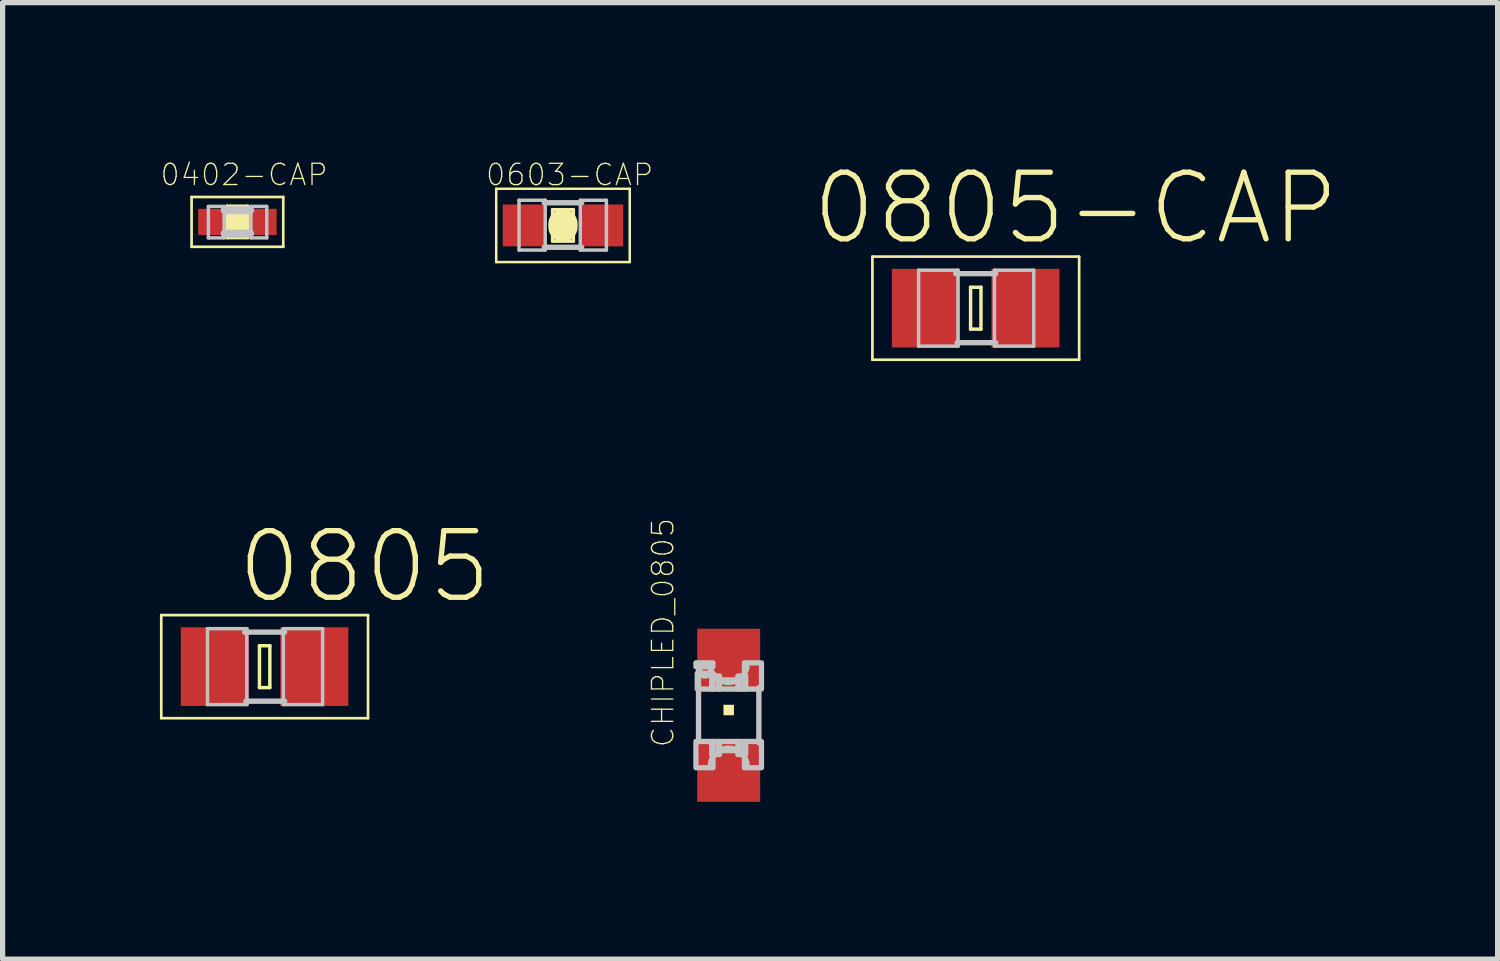
<source format=kicad_pcb>
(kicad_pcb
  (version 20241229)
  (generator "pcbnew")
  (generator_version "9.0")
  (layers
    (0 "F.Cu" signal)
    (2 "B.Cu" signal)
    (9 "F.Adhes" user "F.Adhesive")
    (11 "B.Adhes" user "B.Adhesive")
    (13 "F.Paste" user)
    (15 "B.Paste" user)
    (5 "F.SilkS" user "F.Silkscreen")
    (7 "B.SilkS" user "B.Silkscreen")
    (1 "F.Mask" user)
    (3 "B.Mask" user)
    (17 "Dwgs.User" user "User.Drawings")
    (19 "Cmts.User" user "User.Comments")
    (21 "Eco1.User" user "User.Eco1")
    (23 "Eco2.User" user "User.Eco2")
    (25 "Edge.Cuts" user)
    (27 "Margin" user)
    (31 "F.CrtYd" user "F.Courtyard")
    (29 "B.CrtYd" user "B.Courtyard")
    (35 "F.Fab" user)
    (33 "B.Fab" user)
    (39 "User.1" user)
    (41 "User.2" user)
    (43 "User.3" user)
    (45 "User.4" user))
  (footprint "CHIPLED_0805"
    (layer "F.Cu")
    (at 10.844 10.588)
    (property "Reference" "CHIPLED_0805" (at -1.016 0.635 90) (layer "F.SilkS") (effects (font (size 0.406 0.406) (thickness 0.025)) (justify left bottom)))
    (attr through_hole)
    (fp_poly (pts (xy -0.1 0) (xy 0.1 0) (xy 0.1 -0.2) (xy -0.1 -0.2)) (stroke (width 0) (type solid)) (fill yes) (layer "F.SilkS"))
    (fp_line (start -0.575 0.5) (end -0.575 -0.925) (stroke (width 0.102) (type solid)) (layer "Dwgs.User"))
    (fp_line (start 0.575 -0.525) (end 0.575 0.525) (stroke (width 0.102) (type solid)) (layer "Dwgs.User"))
    (fp_arc (start -0.35 0.925) (mid -0.000001 0.625027) (end 0.35 0.924998) (stroke (width 0.1016) (type solid)) (layer "Dwgs.User"))
    (fp_arc (start 0.35 -0.924998) (mid -0.000001 -0.625027) (end -0.35 -0.925) (stroke (width 0.1016) (type solid)) (layer "Dwgs.User"))
    (fp_circle (center -0.45 -0.85) (end -0.347 -0.85) (stroke (width 0.102) (type solid)) (fill no) (layer "Dwgs.User"))
    (fp_poly (pts (xy -0.625 -0.925) (xy -0.3 -0.925) (xy -0.3 -1) (xy -0.625 -1)) (stroke (width 0.1) (type solid)) (fill no) (layer "Dwgs.User"))
    (fp_poly (pts (xy -0.625 1) (xy -0.3 1) (xy -0.3 0.5) (xy -0.625 0.5)) (stroke (width 0.1) (type solid)) (fill no) (layer "Dwgs.User"))
    (fp_poly (pts (xy -0.6 -0.5) (xy -0.3 -0.5) (xy -0.3 -0.8) (xy -0.6 -0.8)) (stroke (width 0.1) (type solid)) (fill no) (layer "Dwgs.User"))
    (fp_poly (pts (xy -0.325 -0.5) (xy -0.175 -0.5) (xy -0.175 -0.75) (xy -0.325 -0.75)) (stroke (width 0.1) (type solid)) (fill no) (layer "Dwgs.User"))
    (fp_poly (pts (xy -0.325 0.75) (xy -0.175 0.75) (xy -0.175 0.5) (xy -0.325 0.5)) (stroke (width 0.1) (type solid)) (fill no) (layer "Dwgs.User"))
    (fp_poly (pts (xy -0.2 -0.5) (xy 0.2 -0.5) (xy 0.2 -0.675) (xy -0.2 -0.675)) (stroke (width 0.1) (type solid)) (fill no) (layer "Dwgs.User"))
    (fp_poly (pts (xy -0.2 0.675) (xy 0.2 0.675) (xy 0.2 0.5) (xy -0.2 0.5)) (stroke (width 0.1) (type solid)) (fill no) (layer "Dwgs.User"))
    (fp_poly (pts (xy 0.175 -0.5) (xy 0.325 -0.5) (xy 0.325 -0.75) (xy 0.175 -0.75)) (stroke (width 0.1) (type solid)) (fill no) (layer "Dwgs.User"))
    (fp_poly (pts (xy 0.175 0.75) (xy 0.325 0.75) (xy 0.325 0.5) (xy 0.175 0.5)) (stroke (width 0.1) (type solid)) (fill no) (layer "Dwgs.User"))
    (fp_poly (pts (xy 0.3 -0.5) (xy 0.625 -0.5) (xy 0.625 -1) (xy 0.3 -1)) (stroke (width 0.1) (type solid)) (fill no) (layer "Dwgs.User"))
    (fp_poly (pts (xy 0.3 1) (xy 0.625 1) (xy 0.625 0.5) (xy 0.3 0.5)) (stroke (width 0.1) (type solid)) (fill no) (layer "Dwgs.User"))
    (pad "A" smd rect (at 0 1.05) (size 1.2 1.2) (layers "F.Cu" "F.Mask" "F.Paste"))
    (pad "C" smd rect (at 0 -1.05) (size 1.2 1.2) (layers "F.Cu" "F.Mask" "F.Paste")))
  (footprint "0402-CAP"
    (layer "F.Cu")
    (at 1.477 1.181)
    (property "Reference" "0402-CAP" (at 0.127 -0.899 0) (layer "F.SilkS") (effects (font (size 0.406 0.406) (thickness 0.025))))
    (attr smd)
    (fp_line (start -0.874 -0.475) (end 0.874 -0.475) (stroke (width 0.051) (type solid)) (layer "F.SilkS"))
    (fp_line (start -0.874 0.475) (end -0.874 -0.475) (stroke (width 0.051) (type solid)) (layer "F.SilkS"))
    (fp_line (start -0.198 -0.3) (end 0.198 -0.3) (stroke (width 0.066) (type solid)) (layer "F.SilkS"))
    (fp_line (start -0.198 0.3) (end -0.198 -0.3) (stroke (width 0.066) (type solid)) (layer "F.SilkS"))
    (fp_line (start -0.198 0.3) (end 0.198 0.3) (stroke (width 0.066) (type solid)) (layer "F.SilkS"))
    (fp_line (start 0 -0.03) (end 0 0.03) (stroke (width 0.406) (type solid)) (layer "F.SilkS"))
    (fp_line (start 0.198 0.3) (end 0.198 -0.3) (stroke (width 0.066) (type solid)) (layer "F.SilkS"))
    (fp_line (start 0.874 -0.475) (end 0.874 0.475) (stroke (width 0.051) (type solid)) (layer "F.SilkS"))
    (fp_line (start 0.874 0.475) (end -0.874 0.475) (stroke (width 0.051) (type solid)) (layer "F.SilkS"))
    (fp_line (start -0.554 -0.295) (end -0.254 -0.295) (stroke (width 0.066) (type solid)) (layer "Dwgs.User"))
    (fp_line (start -0.554 0.305) (end -0.554 -0.295) (stroke (width 0.066) (type solid)) (layer "Dwgs.User"))
    (fp_line (start -0.554 0.305) (end -0.254 0.305) (stroke (width 0.066) (type solid)) (layer "Dwgs.User"))
    (fp_line (start -0.254 0.305) (end -0.254 -0.295) (stroke (width 0.066) (type solid)) (layer "Dwgs.User"))
    (fp_line (start -0.244 -0.224) (end 0.244 -0.224) (stroke (width 0.152) (type solid)) (layer "Dwgs.User"))
    (fp_line (start 0.244 0.224) (end -0.244 0.224) (stroke (width 0.152) (type solid)) (layer "Dwgs.User"))
    (fp_line (start 0.257 -0.295) (end 0.559 -0.295) (stroke (width 0.066) (type solid)) (layer "Dwgs.User"))
    (fp_line (start 0.257 0.305) (end 0.257 -0.295) (stroke (width 0.066) (type solid)) (layer "Dwgs.User"))
    (fp_line (start 0.257 0.305) (end 0.559 0.305) (stroke (width 0.066) (type solid)) (layer "Dwgs.User"))
    (fp_line (start 0.559 0.305) (end 0.559 -0.295) (stroke (width 0.066) (type solid)) (layer "Dwgs.User"))
    (pad "1" smd rect (at -0.498 0) (size 0.498 0.498) (layers "F.Cu" "F.Mask" "F.Paste"))
    (pad "2" smd rect (at 0.498 0) (size 0.498 0.498) (layers "F.Cu" "F.Mask" "F.Paste")))
  (footprint "0603-CAP"
    (layer "F.Cu")
    (at 7.684 1.248)
    (property "Reference" "0603-CAP" (at 0.127 -0.965 0) (layer "F.SilkS") (effects (font (size 0.406 0.406) (thickness 0.025))))
    (attr smd)
    (fp_line (start -1.273 -0.699) (end 1.273 -0.699) (stroke (width 0.048) (type solid)) (layer "F.SilkS"))
    (fp_line (start -1.273 0.699) (end -1.273 -0.699) (stroke (width 0.048) (type solid)) (layer "F.SilkS"))
    (fp_line (start -0.198 -0.3) (end 0.198 -0.3) (stroke (width 0.066) (type solid)) (layer "F.SilkS"))
    (fp_line (start -0.198 0.3) (end -0.198 -0.3) (stroke (width 0.066) (type solid)) (layer "F.SilkS"))
    (fp_line (start -0.198 0.3) (end 0.198 0.3) (stroke (width 0.066) (type solid)) (layer "F.SilkS"))
    (fp_line (start 0 -0.03) (end 0 0.03) (stroke (width 0.559) (type solid)) (layer "F.SilkS"))
    (fp_line (start 0.198 0.3) (end 0.198 -0.3) (stroke (width 0.066) (type solid)) (layer "F.SilkS"))
    (fp_line (start 1.273 -0.699) (end 1.273 0.699) (stroke (width 0.048) (type solid)) (layer "F.SilkS"))
    (fp_line (start 1.273 0.699) (end -1.273 0.699) (stroke (width 0.048) (type solid)) (layer "F.SilkS"))
    (fp_line (start -0.838 -0.48) (end -0.338 -0.48) (stroke (width 0.066) (type solid)) (layer "Dwgs.User"))
    (fp_line (start -0.838 0.47) (end -0.838 -0.48) (stroke (width 0.066) (type solid)) (layer "Dwgs.User"))
    (fp_line (start -0.838 0.47) (end -0.338 0.47) (stroke (width 0.066) (type solid)) (layer "Dwgs.User"))
    (fp_line (start -0.356 -0.432) (end 0.356 -0.432) (stroke (width 0.102) (type solid)) (layer "Dwgs.User"))
    (fp_line (start -0.356 0.417) (end 0.356 0.417) (stroke (width 0.102) (type solid)) (layer "Dwgs.User"))
    (fp_line (start -0.338 0.47) (end -0.338 -0.48) (stroke (width 0.066) (type solid)) (layer "Dwgs.User"))
    (fp_line (start 0.33 -0.48) (end 0.828 -0.48) (stroke (width 0.066) (type solid)) (layer "Dwgs.User"))
    (fp_line (start 0.33 0.47) (end 0.33 -0.48) (stroke (width 0.066) (type solid)) (layer "Dwgs.User"))
    (fp_line (start 0.33 0.47) (end 0.828 0.47) (stroke (width 0.066) (type solid)) (layer "Dwgs.User"))
    (fp_line (start 0.828 0.47) (end 0.828 -0.48) (stroke (width 0.066) (type solid)) (layer "Dwgs.User"))
    (pad "1" smd rect (at -0.749 0) (size 0.798 0.798) (layers "F.Cu" "F.Mask" "F.Paste"))
    (pad "2" smd rect (at 0.749 0) (size 0.798 0.798) (layers "F.Cu" "F.Mask" "F.Paste")))
  (footprint "0805"
    (layer "F.Cu")
    (at 1.996 9.661)
    (property "Reference" "0805" (at 1.905 -1.905 0) (layer "F.SilkS") (effects (font (size 1.27 1.27) (thickness 0.102))))
    (attr smd)
    (fp_line (start -1.971 -0.983) (end 1.971 -0.983) (stroke (width 0.051) (type solid)) (layer "F.SilkS"))
    (fp_line (start -1.971 0.983) (end -1.971 -0.983) (stroke (width 0.051) (type solid)) (layer "F.SilkS"))
    (fp_line (start -0.099 -0.399) (end 0.099 -0.399) (stroke (width 0.066) (type solid)) (layer "F.SilkS"))
    (fp_line (start -0.099 0.399) (end -0.099 -0.399) (stroke (width 0.066) (type solid)) (layer "F.SilkS"))
    (fp_line (start -0.099 0.399) (end 0.099 0.399) (stroke (width 0.066) (type solid)) (layer "F.SilkS"))
    (fp_line (start 0.099 0.399) (end 0.099 -0.399) (stroke (width 0.066) (type solid)) (layer "F.SilkS"))
    (fp_line (start 1.971 -0.983) (end 1.971 0.983) (stroke (width 0.051) (type solid)) (layer "F.SilkS"))
    (fp_line (start 1.971 0.983) (end -1.971 0.983) (stroke (width 0.051) (type solid)) (layer "F.SilkS"))
    (fp_line (start -1.09 -0.724) (end -0.34 -0.724) (stroke (width 0.066) (type solid)) (layer "Dwgs.User"))
    (fp_line (start -1.09 0.724) (end -1.09 -0.724) (stroke (width 0.066) (type solid)) (layer "Dwgs.User"))
    (fp_line (start -1.09 0.724) (end -0.34 0.724) (stroke (width 0.066) (type solid)) (layer "Dwgs.User"))
    (fp_line (start -0.381 -0.658) (end 0.381 -0.658) (stroke (width 0.102) (type solid)) (layer "Dwgs.User"))
    (fp_line (start -0.356 0.658) (end 0.381 0.658) (stroke (width 0.102) (type solid)) (layer "Dwgs.User"))
    (fp_line (start -0.34 0.724) (end -0.34 -0.724) (stroke (width 0.066) (type solid)) (layer "Dwgs.User"))
    (fp_line (start 0.356 -0.724) (end 1.105 -0.724) (stroke (width 0.066) (type solid)) (layer "Dwgs.User"))
    (fp_line (start 0.356 0.724) (end 0.356 -0.724) (stroke (width 0.066) (type solid)) (layer "Dwgs.User"))
    (fp_line (start 0.356 0.724) (end 1.105 0.724) (stroke (width 0.066) (type solid)) (layer "Dwgs.User"))
    (fp_line (start 1.105 0.724) (end 1.105 -0.724) (stroke (width 0.066) (type solid)) (layer "Dwgs.User"))
    (pad "1" smd rect (at -0.95 0) (size 1.298 1.499) (layers "F.Cu" "F.Mask" "F.Paste"))
    (pad "2" smd rect (at 0.947 0) (size 1.298 1.499) (layers "F.Cu" "F.Mask" "F.Paste")))
  (footprint "0805-CAP"
    (layer "F.Cu")
    (at 15.555 2.826)
    (property "Reference" "0805-CAP" (at 1.905 -1.905 0) (layer "F.SilkS") (effects (font (size 1.27 1.27) (thickness 0.102))))
    (attr smd)
    (fp_line (start -1.971 -0.983) (end 1.971 -0.983) (stroke (width 0.051) (type solid)) (layer "F.SilkS"))
    (fp_line (start -1.971 0.983) (end -1.971 -0.983) (stroke (width 0.051) (type solid)) (layer "F.SilkS"))
    (fp_line (start -0.099 -0.399) (end 0.099 -0.399) (stroke (width 0.066) (type solid)) (layer "F.SilkS"))
    (fp_line (start -0.099 0.399) (end -0.099 -0.399) (stroke (width 0.066) (type solid)) (layer "F.SilkS"))
    (fp_line (start -0.099 0.399) (end 0.099 0.399) (stroke (width 0.066) (type solid)) (layer "F.SilkS"))
    (fp_line (start 0.099 0.399) (end 0.099 -0.399) (stroke (width 0.066) (type solid)) (layer "F.SilkS"))
    (fp_line (start 1.971 -0.983) (end 1.971 0.983) (stroke (width 0.051) (type solid)) (layer "F.SilkS"))
    (fp_line (start 1.971 0.983) (end -1.971 0.983) (stroke (width 0.051) (type solid)) (layer "F.SilkS"))
    (fp_line (start -1.09 -0.724) (end -0.34 -0.724) (stroke (width 0.066) (type solid)) (layer "Dwgs.User"))
    (fp_line (start -1.09 0.724) (end -1.09 -0.724) (stroke (width 0.066) (type solid)) (layer "Dwgs.User"))
    (fp_line (start -1.09 0.724) (end -0.34 0.724) (stroke (width 0.066) (type solid)) (layer "Dwgs.User"))
    (fp_line (start -0.381 -0.658) (end 0.381 -0.658) (stroke (width 0.102) (type solid)) (layer "Dwgs.User"))
    (fp_line (start -0.356 0.658) (end 0.381 0.658) (stroke (width 0.102) (type solid)) (layer "Dwgs.User"))
    (fp_line (start -0.34 0.724) (end -0.34 -0.724) (stroke (width 0.066) (type solid)) (layer "Dwgs.User"))
    (fp_line (start 0.356 -0.724) (end 1.105 -0.724) (stroke (width 0.066) (type solid)) (layer "Dwgs.User"))
    (fp_line (start 0.356 0.724) (end 0.356 -0.724) (stroke (width 0.066) (type solid)) (layer "Dwgs.User"))
    (fp_line (start 0.356 0.724) (end 1.105 0.724) (stroke (width 0.066) (type solid)) (layer "Dwgs.User"))
    (fp_line (start 1.105 0.724) (end 1.105 -0.724) (stroke (width 0.066) (type solid)) (layer "Dwgs.User"))
    (pad "1" smd rect (at -0.95 0) (size 1.298 1.499) (layers "F.Cu" "F.Mask" "F.Paste"))
    (pad "2" smd rect (at 0.947 0) (size 1.298 1.499) (layers "F.Cu" "F.Mask" "F.Paste")))
  (gr_rect
    (start -3 -3)
    (end 25.505 15.238)
    (stroke (width 0.1) (type default))
    (fill no)
    (layer "Edge.Cuts")))
</source>
